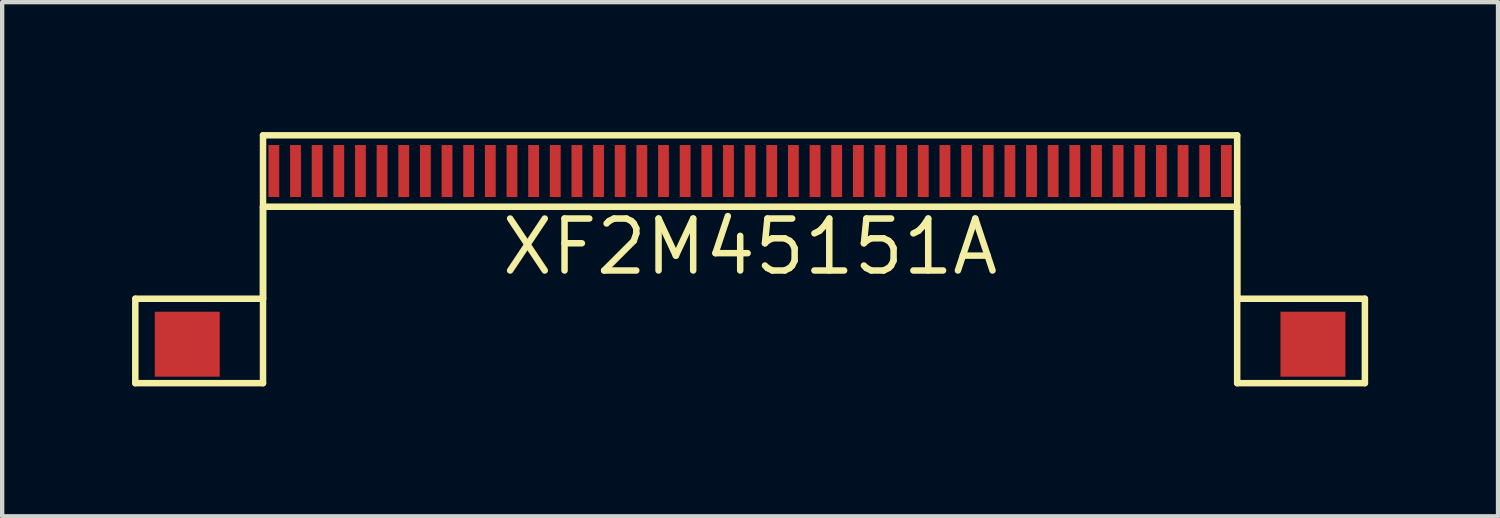
<source format=kicad_pcb>
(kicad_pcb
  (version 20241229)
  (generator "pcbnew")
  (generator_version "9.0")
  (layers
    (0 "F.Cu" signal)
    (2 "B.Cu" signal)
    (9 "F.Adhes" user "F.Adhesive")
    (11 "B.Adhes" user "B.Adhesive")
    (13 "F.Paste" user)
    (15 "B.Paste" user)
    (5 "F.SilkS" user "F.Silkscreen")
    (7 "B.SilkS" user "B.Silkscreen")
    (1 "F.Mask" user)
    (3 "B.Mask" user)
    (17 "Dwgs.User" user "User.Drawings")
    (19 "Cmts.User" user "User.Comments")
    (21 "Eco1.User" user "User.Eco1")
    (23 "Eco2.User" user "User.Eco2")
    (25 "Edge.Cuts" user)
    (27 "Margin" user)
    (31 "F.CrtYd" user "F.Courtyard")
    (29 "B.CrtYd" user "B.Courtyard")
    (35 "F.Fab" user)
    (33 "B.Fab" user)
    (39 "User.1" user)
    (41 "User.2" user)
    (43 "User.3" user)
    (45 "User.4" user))
  (footprint "XF2M45151A"
    (layer "F.Cu")
    (at 14.275 0.9)
    (property "Reference" "XF2M45151A" (at 0 1.75 0) (layer "F.SilkS") (effects (font (size 1.2 1.2) (thickness 0.15))))
    (attr through_hole)
    (fp_line (start -14.2 2.95) (end -11.25 2.95) (stroke (width 0.15) (type solid)) (layer "F.SilkS"))
    (fp_line (start -14.2 4.9) (end -14.2 2.95) (stroke (width 0.15) (type solid)) (layer "F.SilkS"))
    (fp_line (start -11.25 -0.825) (end 11.25 -0.825) (stroke (width 0.15) (type solid)) (layer "F.SilkS"))
    (fp_line (start -11.25 0.825) (end -11.25 4.9) (stroke (width 0.15) (type solid)) (layer "F.SilkS"))
    (fp_line (start -11.25 0.825) (end 11.25 0.825) (stroke (width 0.15) (type solid)) (layer "F.SilkS"))
    (fp_line (start -11.25 2.95) (end -11.25 -0.825) (stroke (width 0.15) (type solid)) (layer "F.SilkS"))
    (fp_line (start -11.25 4.9) (end -14.2 4.9) (stroke (width 0.15) (type solid)) (layer "F.SilkS"))
    (fp_line (start 11.25 0.825) (end 11.25 4.9) (stroke (width 0.15) (type solid)) (layer "F.SilkS"))
    (fp_line (start 11.25 2.95) (end 11.25 -0.825) (stroke (width 0.15) (type solid)) (layer "F.SilkS"))
    (fp_line (start 11.25 4.9) (end 14.2 4.9) (stroke (width 0.15) (type solid)) (layer "F.SilkS"))
    (fp_line (start 14.2 2.95) (end 11.25 2.95) (stroke (width 0.15) (type solid)) (layer "F.SilkS"))
    (fp_line (start 14.2 4.9) (end 14.2 2.95) (stroke (width 0.15) (type solid)) (layer "F.SilkS"))
    (pad "0" smd rect (at -13 4) (size 1.5 1.5) (layers "F.Cu" "F.Mask" "F.Paste"))
    (pad "0" smd rect (at 13 4) (size 1.5 1.5) (layers "F.Cu" "F.Mask" "F.Paste"))
    (pad "1" smd rect (at -11 0) (size 0.25 1.2) (layers "F.Cu" "F.Mask" "F.Paste"))
    (pad "2" smd rect (at -10.5 0) (size 0.25 1.2) (layers "F.Cu" "F.Mask" "F.Paste"))
    (pad "3" smd rect (at -10 0) (size 0.25 1.2) (layers "F.Cu" "F.Mask" "F.Paste"))
    (pad "4" smd rect (at -9.5 0) (size 0.25 1.2) (layers "F.Cu" "F.Mask" "F.Paste"))
    (pad "5" smd rect (at -9 0) (size 0.25 1.2) (layers "F.Cu" "F.Mask" "F.Paste"))
    (pad "6" smd rect (at -8.5 0) (size 0.25 1.2) (layers "F.Cu" "F.Mask" "F.Paste"))
    (pad "7" smd rect (at -8 0) (size 0.25 1.2) (layers "F.Cu" "F.Mask" "F.Paste"))
    (pad "8" smd rect (at -7.5 0) (size 0.25 1.2) (layers "F.Cu" "F.Mask" "F.Paste"))
    (pad "9" smd rect (at -7 0) (size 0.25 1.2) (layers "F.Cu" "F.Mask" "F.Paste"))
    (pad "10" smd rect (at -6.5 0) (size 0.25 1.2) (layers "F.Cu" "F.Mask" "F.Paste"))
    (pad "11" smd rect (at -6 0) (size 0.25 1.2) (layers "F.Cu" "F.Mask" "F.Paste"))
    (pad "12" smd rect (at -5.5 0) (size 0.25 1.2) (layers "F.Cu" "F.Mask" "F.Paste"))
    (pad "13" smd rect (at -5 0) (size 0.25 1.2) (layers "F.Cu" "F.Mask" "F.Paste"))
    (pad "14" smd rect (at -4.5 0) (size 0.25 1.2) (layers "F.Cu" "F.Mask" "F.Paste"))
    (pad "15" smd rect (at -4 0) (size 0.25 1.2) (layers "F.Cu" "F.Mask" "F.Paste"))
    (pad "16" smd rect (at -3.5 0) (size 0.25 1.2) (layers "F.Cu" "F.Mask" "F.Paste"))
    (pad "17" smd rect (at -3 0) (size 0.25 1.2) (layers "F.Cu" "F.Mask" "F.Paste"))
    (pad "18" smd rect (at -2.5 0) (size 0.25 1.2) (layers "F.Cu" "F.Mask" "F.Paste"))
    (pad "19" smd rect (at -2 0) (size 0.25 1.2) (layers "F.Cu" "F.Mask" "F.Paste"))
    (pad "20" smd rect (at -1.5 0) (size 0.25 1.2) (layers "F.Cu" "F.Mask" "F.Paste"))
    (pad "21" smd rect (at -1 0) (size 0.25 1.2) (layers "F.Cu" "F.Mask" "F.Paste"))
    (pad "22" smd rect (at -0.5 0) (size 0.25 1.2) (layers "F.Cu" "F.Mask" "F.Paste"))
    (pad "23" smd rect (at 0 0) (size 0.25 1.2) (layers "F.Cu" "F.Mask" "F.Paste"))
    (pad "24" smd rect (at 0.5 0) (size 0.25 1.2) (layers "F.Cu" "F.Mask" "F.Paste"))
    (pad "25" smd rect (at 1 0) (size 0.25 1.2) (layers "F.Cu" "F.Mask" "F.Paste"))
    (pad "26" smd rect (at 1.5 0) (size 0.25 1.2) (layers "F.Cu" "F.Mask" "F.Paste"))
    (pad "27" smd rect (at 2 0) (size 0.25 1.2) (layers "F.Cu" "F.Mask" "F.Paste"))
    (pad "28" smd rect (at 2.5 0) (size 0.25 1.2) (layers "F.Cu" "F.Mask" "F.Paste"))
    (pad "29" smd rect (at 3 0) (size 0.25 1.2) (layers "F.Cu" "F.Mask" "F.Paste"))
    (pad "30" smd rect (at 3.5 0) (size 0.25 1.2) (layers "F.Cu" "F.Mask" "F.Paste"))
    (pad "31" smd rect (at 4 0) (size 0.25 1.2) (layers "F.Cu" "F.Mask" "F.Paste"))
    (pad "32" smd rect (at 4.5 0) (size 0.25 1.2) (layers "F.Cu" "F.Mask" "F.Paste"))
    (pad "33" smd rect (at 5 0) (size 0.25 1.2) (layers "F.Cu" "F.Mask" "F.Paste"))
    (pad "34" smd rect (at 5.5 0) (size 0.25 1.2) (layers "F.Cu" "F.Mask" "F.Paste"))
    (pad "35" smd rect (at 6 0) (size 0.25 1.2) (layers "F.Cu" "F.Mask" "F.Paste"))
    (pad "36" smd rect (at 6.5 0) (size 0.25 1.2) (layers "F.Cu" "F.Mask" "F.Paste"))
    (pad "37" smd rect (at 7 0) (size 0.25 1.2) (layers "F.Cu" "F.Mask" "F.Paste"))
    (pad "38" smd rect (at 7.5 0) (size 0.25 1.2) (layers "F.Cu" "F.Mask" "F.Paste"))
    (pad "39" smd rect (at 8 0) (size 0.25 1.2) (layers "F.Cu" "F.Mask" "F.Paste"))
    (pad "40" smd rect (at 8.5 0) (size 0.25 1.2) (layers "F.Cu" "F.Mask" "F.Paste"))
    (pad "41" smd rect (at 9 0) (size 0.25 1.2) (layers "F.Cu" "F.Mask" "F.Paste"))
    (pad "42" smd rect (at 9.5 0) (size 0.25 1.2) (layers "F.Cu" "F.Mask" "F.Paste"))
    (pad "43" smd rect (at 10 0) (size 0.25 1.2) (layers "F.Cu" "F.Mask" "F.Paste"))
    (pad "44" smd rect (at 10.5 0) (size 0.25 1.2) (layers "F.Cu" "F.Mask" "F.Paste"))
    (pad "45" smd rect (at 11 0) (size 0.25 1.2) (layers "F.Cu" "F.Mask" "F.Paste")))
  (gr_rect
    (start -3 -3)
    (end 31.55 8.875)
    (stroke (width 0.1) (type default))
    (fill no)
    (layer "Edge.Cuts")))
</source>
